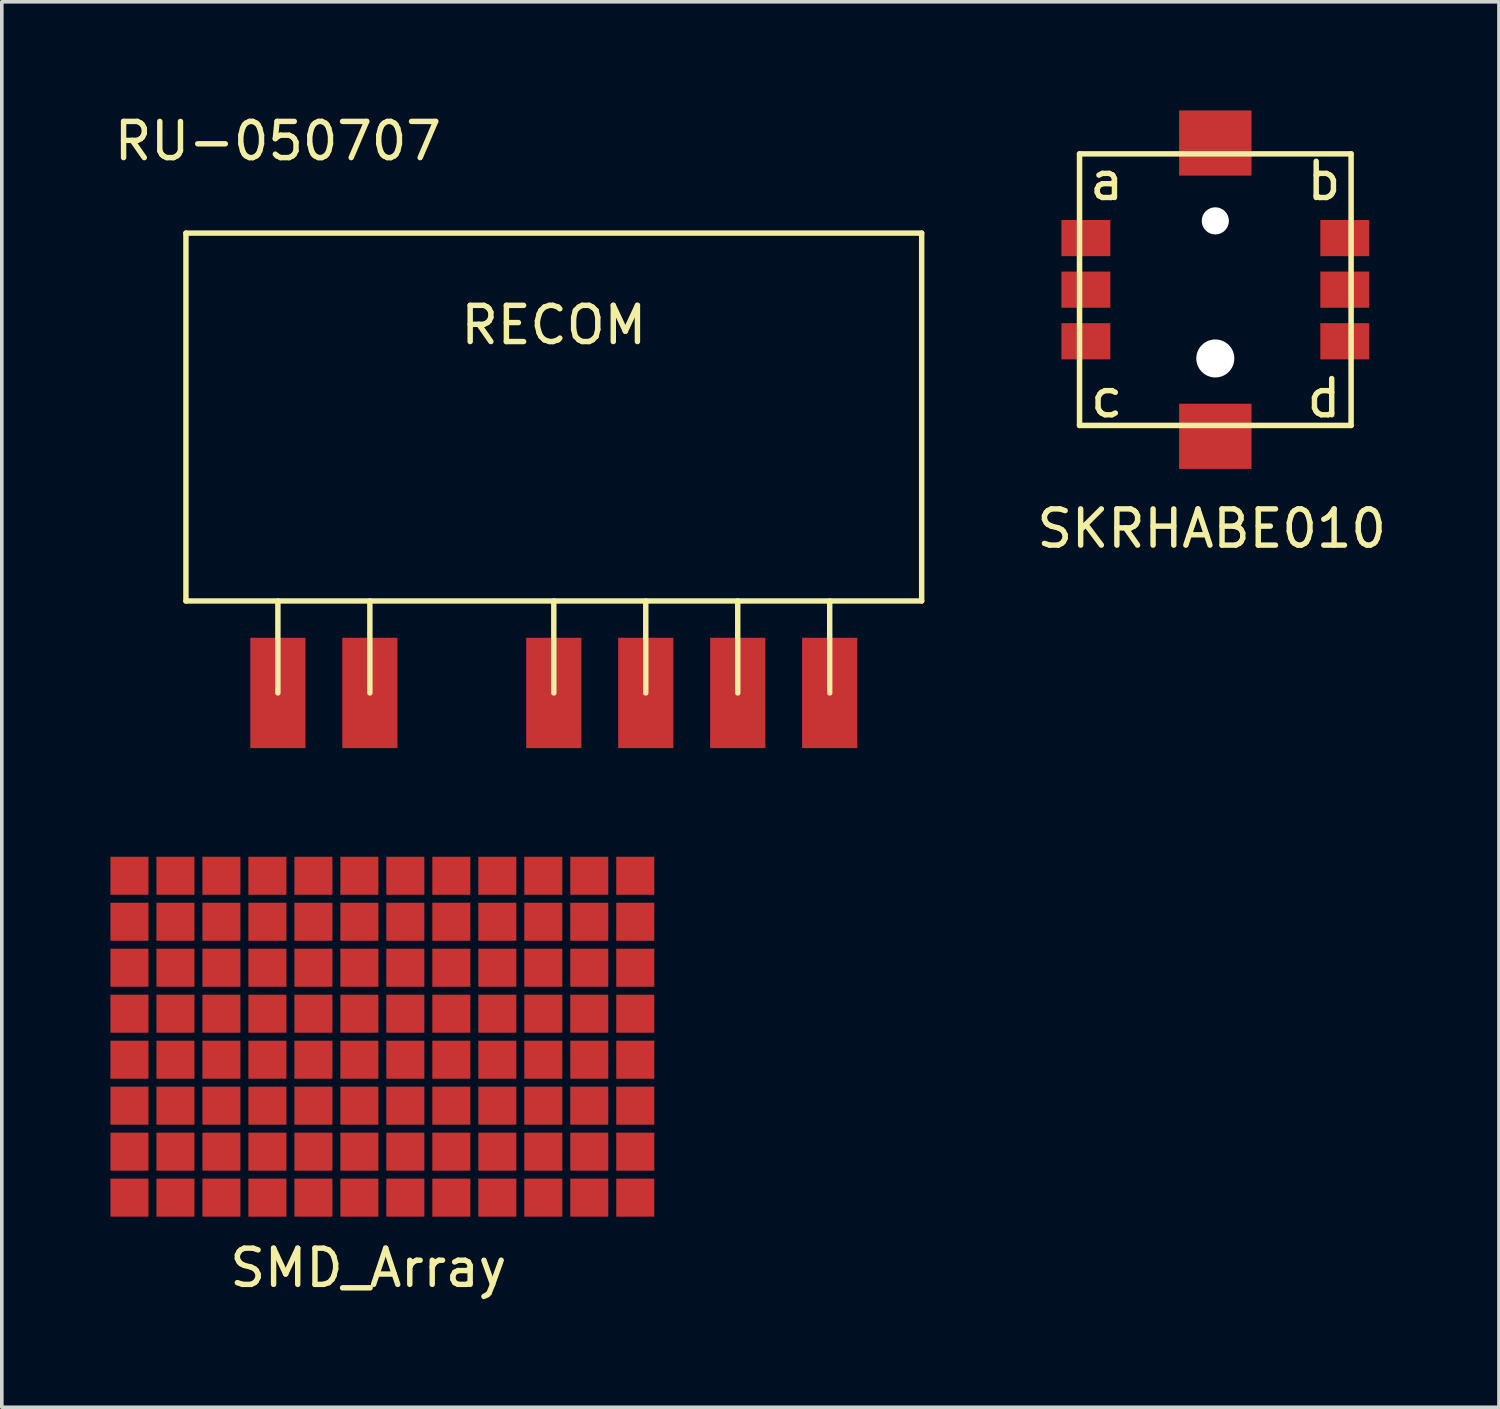
<source format=kicad_pcb>
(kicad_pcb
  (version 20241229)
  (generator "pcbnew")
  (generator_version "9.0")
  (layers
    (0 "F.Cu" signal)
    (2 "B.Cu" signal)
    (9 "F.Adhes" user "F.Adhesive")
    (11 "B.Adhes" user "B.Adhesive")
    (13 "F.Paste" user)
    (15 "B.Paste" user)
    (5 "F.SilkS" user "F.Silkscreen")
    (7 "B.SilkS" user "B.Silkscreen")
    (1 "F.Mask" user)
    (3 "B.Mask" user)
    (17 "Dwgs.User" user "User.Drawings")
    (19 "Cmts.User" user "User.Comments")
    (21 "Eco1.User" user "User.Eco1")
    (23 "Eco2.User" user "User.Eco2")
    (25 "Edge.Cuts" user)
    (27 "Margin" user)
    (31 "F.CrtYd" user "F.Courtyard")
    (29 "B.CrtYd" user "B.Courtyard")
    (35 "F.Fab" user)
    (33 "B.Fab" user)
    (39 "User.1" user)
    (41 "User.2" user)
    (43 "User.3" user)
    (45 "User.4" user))
  (footprint "RU-050707"
    (layer "F.Cu")
    (at 12.245 16.088)
    (property "Reference" "RU-050707" (at -7.62 -15.24 0) (layer "F.SilkS") (effects (font (size 1 1) (thickness 0.15))))
    (attr through_hole)
    (fp_line (start -10.16 -12.7) (end -10.16 -2.54) (stroke (width 0.15) (type solid)) (layer "F.SilkS"))
    (fp_line (start -10.16 -2.54) (end 10.16 -2.54) (stroke (width 0.15) (type solid)) (layer "F.SilkS"))
    (fp_line (start -7.62 -2.54) (end -7.62 0) (stroke (width 0.15) (type solid)) (layer "F.SilkS"))
    (fp_line (start -5.08 -2.54) (end -5.08 0) (stroke (width 0.15) (type solid)) (layer "F.SilkS"))
    (fp_line (start 0 -2.54) (end 0 0) (stroke (width 0.15) (type solid)) (layer "F.SilkS"))
    (fp_line (start 2.54 -2.54) (end 2.54 0) (stroke (width 0.15) (type solid)) (layer "F.SilkS"))
    (fp_line (start 5.08 -2.54) (end 5.08 0) (stroke (width 0.15) (type solid)) (layer "F.SilkS"))
    (fp_line (start 7.62 -2.54) (end 7.62 0) (stroke (width 0.15) (type solid)) (layer "F.SilkS"))
    (fp_line (start 10.16 -12.7) (end -10.16 -12.7) (stroke (width 0.15) (type solid)) (layer "F.SilkS"))
    (fp_line (start 10.16 -2.54) (end 10.16 -12.7) (stroke (width 0.15) (type solid)) (layer "F.SilkS"))
    (fp_text user "RECOM" (at 0 -10.16 0) (layer "F.SilkS") (effects (font (size 1 1) (thickness 0.15))))
    (pad "1" smd rect (at -7.62 0) (size 1.524 3.048) (layers "F.Cu" "F.Mask" "F.Paste"))
    (pad "2" smd rect (at -5.08 0) (size 1.524 3.048) (layers "F.Cu" "F.Mask" "F.Paste"))
    (pad "4" smd rect (at 0 0) (size 1.524 3.048) (layers "F.Cu" "F.Mask" "F.Paste"))
    (pad "5" smd rect (at 2.54 0) (size 1.524 3.048) (layers "F.Cu" "F.Mask" "F.Paste"))
    (pad "6" smd rect (at 5.08 0) (size 1.524 3.048) (layers "F.Cu" "F.Mask" "F.Paste"))
    (pad "7" smd rect (at 7.62 0) (size 1.524 3.048) (layers "F.Cu" "F.Mask" "F.Paste")))
  (footprint "SKRHABE010"
    (layer "F.Cu")
    (at 30.515 4.95)
    (property "Reference" "SKRHABE010" (at -0.1 6.6 0) (layer "F.SilkS") (effects (font (size 1 1) (thickness 0.15))))
    (attr through_hole)
    (fp_line (start -3.75 -3.75) (end 3.75 -3.75) (stroke (width 0.152) (type solid)) (layer "F.SilkS"))
    (fp_line (start -3.75 3.75) (end -3.75 -3.75) (stroke (width 0.152) (type solid)) (layer "F.SilkS"))
    (fp_line (start 3.75 -3.75) (end 3.75 3.75) (stroke (width 0.152) (type solid)) (layer "F.SilkS"))
    (fp_line (start 3.75 3.75) (end -3.75 3.75) (stroke (width 0.152) (type solid)) (layer "F.SilkS"))
    (fp_text user "b" (at 3 -3 0) (layer "F.SilkS") (effects (font (size 1 1) (thickness 0.15))))
    (fp_text user "c" (at -3 3 0) (layer "F.SilkS") (effects (font (size 1 1) (thickness 0.15))))
    (fp_text user "d" (at 3 3 0) (layer "F.SilkS") (effects (font (size 1 1) (thickness 0.15))))
    (fp_text user "a" (at -3 -3 0) (layer "F.SilkS") (effects (font (size 1 1) (thickness 0.15))))
    (pad "" smd rect (at 0 -4.05) (size 2 1.8) (layers "F.Cu" "F.Mask" "F.Paste"))
    (pad "" np_thru_hole circle (at 0 -1.9) (size 0.75 0.75) (drill 0.75) (layers "*.Cu" "*.Mask"))
    (pad "" np_thru_hole circle (at 0 1.9) (size 1.05 1.05) (drill 1.05) (layers "*.Cu" "*.Mask"))
    (pad "" smd rect (at 0 4.05) (size 2 1.8) (layers "F.Cu" "F.Mask" "F.Paste"))
    (pad "1" smd rect (at -3.575 -1.425) (size 1.35 1) (layers "F.Cu" "F.Mask" "F.Paste"))
    (pad "2" smd rect (at -3.575 0) (size 1.35 1) (layers "F.Cu" "F.Mask" "F.Paste"))
    (pad "3" smd rect (at -3.575 1.425) (size 1.35 1) (layers "F.Cu" "F.Mask" "F.Paste"))
    (pad "4" smd rect (at 3.575 -1.425) (size 1.35 1) (layers "F.Cu" "F.Mask" "F.Paste"))
    (pad "5" smd rect (at 3.575 0) (size 1.35 1) (layers "F.Cu" "F.Mask" "F.Paste"))
    (pad "6" smd rect (at 3.575 1.425) (size 1.35 1) (layers "F.Cu" "F.Mask" "F.Paste")))
  (footprint "SMD_Array"
    (layer "F.Cu")
    (at 6.875 26.217)
    (property "Reference" "SMD_Array" (at 0.25 5.75 0) (layer "F.SilkS") (effects (font (size 1 1) (thickness 0.15))))
    (attr through_hole)
    (pad "1" smd rect (at -6.35 -5.08) (size 1.05 1.05) (layers "F.Cu" "F.Mask" "F.Paste"))
    (pad "2" smd rect (at -5.08 -5.08) (size 1.05 1.05) (layers "F.Cu" "F.Mask" "F.Paste"))
    (pad "3" smd rect (at -3.81 -5.08) (size 1.05 1.05) (layers "F.Cu" "F.Mask" "F.Paste"))
    (pad "4" smd rect (at -2.54 -5.08) (size 1.05 1.05) (layers "F.Cu" "F.Mask" "F.Paste"))
    (pad "5" smd rect (at -1.27 -5.08) (size 1.05 1.05) (layers "F.Cu" "F.Mask" "F.Paste"))
    (pad "6" smd rect (at 0 -5.08) (size 1.05 1.05) (layers "F.Cu" "F.Mask" "F.Paste"))
    (pad "7" smd rect (at 1.27 -5.08) (size 1.05 1.05) (layers "F.Cu" "F.Mask" "F.Paste"))
    (pad "8" smd rect (at 2.54 -5.08) (size 1.05 1.05) (layers "F.Cu" "F.Mask" "F.Paste"))
    (pad "9" smd rect (at 3.81 -5.08) (size 1.05 1.05) (layers "F.Cu" "F.Mask" "F.Paste"))
    (pad "10" smd rect (at 5.08 -5.08) (size 1.05 1.05) (layers "F.Cu" "F.Mask" "F.Paste"))
    (pad "11" smd rect (at 6.35 -5.08) (size 1.05 1.05) (layers "F.Cu" "F.Mask" "F.Paste"))
    (pad "12" smd rect (at 7.62 -5.08) (size 1.05 1.05) (layers "F.Cu" "F.Mask" "F.Paste"))
    (pad "13" smd rect (at -6.35 -3.81) (size 1.05 1.05) (layers "F.Cu" "F.Mask" "F.Paste"))
    (pad "14" smd rect (at -5.08 -3.81) (size 1.05 1.05) (layers "F.Cu" "F.Mask" "F.Paste"))
    (pad "15" smd rect (at -3.81 -3.81) (size 1.05 1.05) (layers "F.Cu" "F.Mask" "F.Paste"))
    (pad "16" smd rect (at -2.54 -3.81) (size 1.05 1.05) (layers "F.Cu" "F.Mask" "F.Paste"))
    (pad "17" smd rect (at -1.27 -3.81) (size 1.05 1.05) (layers "F.Cu" "F.Mask" "F.Paste"))
    (pad "18" smd rect (at 0 -3.81) (size 1.05 1.05) (layers "F.Cu" "F.Mask" "F.Paste"))
    (pad "19" smd rect (at 1.27 -3.81) (size 1.05 1.05) (layers "F.Cu" "F.Mask" "F.Paste"))
    (pad "20" smd rect (at 2.54 -3.81) (size 1.05 1.05) (layers "F.Cu" "F.Mask" "F.Paste"))
    (pad "21" smd rect (at 3.81 -3.81) (size 1.05 1.05) (layers "F.Cu" "F.Mask" "F.Paste"))
    (pad "22" smd rect (at 5.08 -3.81) (size 1.05 1.05) (layers "F.Cu" "F.Mask" "F.Paste"))
    (pad "23" smd rect (at 6.35 -3.81) (size 1.05 1.05) (layers "F.Cu" "F.Mask" "F.Paste"))
    (pad "24" smd rect (at 7.62 -3.81) (size 1.05 1.05) (layers "F.Cu" "F.Mask" "F.Paste"))
    (pad "25" smd rect (at -6.35 -2.54) (size 1.05 1.05) (layers "F.Cu" "F.Mask" "F.Paste"))
    (pad "26" smd rect (at -5.08 -2.54) (size 1.05 1.05) (layers "F.Cu" "F.Mask" "F.Paste"))
    (pad "27" smd rect (at -3.81 -2.54) (size 1.05 1.05) (layers "F.Cu" "F.Mask" "F.Paste"))
    (pad "28" smd rect (at -2.54 -2.54) (size 1.05 1.05) (layers "F.Cu" "F.Mask" "F.Paste"))
    (pad "29" smd rect (at -1.27 -2.54) (size 1.05 1.05) (layers "F.Cu" "F.Mask" "F.Paste"))
    (pad "30" smd rect (at 0 -2.54) (size 1.05 1.05) (layers "F.Cu" "F.Mask" "F.Paste"))
    (pad "31" smd rect (at 1.27 -2.54) (size 1.05 1.05) (layers "F.Cu" "F.Mask" "F.Paste"))
    (pad "32" smd rect (at 2.54 -2.54) (size 1.05 1.05) (layers "F.Cu" "F.Mask" "F.Paste"))
    (pad "33" smd rect (at 3.81 -2.54) (size 1.05 1.05) (layers "F.Cu" "F.Mask" "F.Paste"))
    (pad "34" smd rect (at 5.08 -2.54) (size 1.05 1.05) (layers "F.Cu" "F.Mask" "F.Paste"))
    (pad "35" smd rect (at 6.35 -2.54) (size 1.05 1.05) (layers "F.Cu" "F.Mask" "F.Paste"))
    (pad "36" smd rect (at 7.62 -2.54) (size 1.05 1.05) (layers "F.Cu" "F.Mask" "F.Paste"))
    (pad "37" smd rect (at -6.35 -1.27) (size 1.05 1.05) (layers "F.Cu" "F.Mask" "F.Paste"))
    (pad "38" smd rect (at -5.08 -1.27) (size 1.05 1.05) (layers "F.Cu" "F.Mask" "F.Paste"))
    (pad "39" smd rect (at -3.81 -1.27) (size 1.05 1.05) (layers "F.Cu" "F.Mask" "F.Paste"))
    (pad "40" smd rect (at -2.54 -1.27) (size 1.05 1.05) (layers "F.Cu" "F.Mask" "F.Paste"))
    (pad "41" smd rect (at -1.27 -1.27) (size 1.05 1.05) (layers "F.Cu" "F.Mask" "F.Paste"))
    (pad "42" smd rect (at 0 -1.27) (size 1.05 1.05) (layers "F.Cu" "F.Mask" "F.Paste"))
    (pad "43" smd rect (at 1.27 -1.27) (size 1.05 1.05) (layers "F.Cu" "F.Mask" "F.Paste"))
    (pad "44" smd rect (at 2.54 -1.27) (size 1.05 1.05) (layers "F.Cu" "F.Mask" "F.Paste"))
    (pad "45" smd rect (at 3.81 -1.27) (size 1.05 1.05) (layers "F.Cu" "F.Mask" "F.Paste"))
    (pad "46" smd rect (at 5.08 -1.27) (size 1.05 1.05) (layers "F.Cu" "F.Mask" "F.Paste"))
    (pad "47" smd rect (at 6.35 -1.27) (size 1.05 1.05) (layers "F.Cu" "F.Mask" "F.Paste"))
    (pad "48" smd rect (at 7.62 -1.27) (size 1.05 1.05) (layers "F.Cu" "F.Mask" "F.Paste"))
    (pad "49" smd rect (at -6.35 0) (size 1.05 1.05) (layers "F.Cu" "F.Mask" "F.Paste"))
    (pad "50" smd rect (at -5.08 0) (size 1.05 1.05) (layers "F.Cu" "F.Mask" "F.Paste"))
    (pad "51" smd rect (at -3.81 0) (size 1.05 1.05) (layers "F.Cu" "F.Mask" "F.Paste"))
    (pad "52" smd rect (at -2.54 0) (size 1.05 1.05) (layers "F.Cu" "F.Mask" "F.Paste"))
    (pad "53" smd rect (at -1.27 0) (size 1.05 1.05) (layers "F.Cu" "F.Mask" "F.Paste"))
    (pad "54" smd rect (at 0 0) (size 1.05 1.05) (layers "F.Cu" "F.Mask" "F.Paste"))
    (pad "55" smd rect (at 1.27 0) (size 1.05 1.05) (layers "F.Cu" "F.Mask" "F.Paste"))
    (pad "56" smd rect (at 2.54 0) (size 1.05 1.05) (layers "F.Cu" "F.Mask" "F.Paste"))
    (pad "57" smd rect (at 3.81 0) (size 1.05 1.05) (layers "F.Cu" "F.Mask" "F.Paste"))
    (pad "58" smd rect (at 5.08 0) (size 1.05 1.05) (layers "F.Cu" "F.Mask" "F.Paste"))
    (pad "59" smd rect (at 6.35 0) (size 1.05 1.05) (layers "F.Cu" "F.Mask" "F.Paste"))
    (pad "60" smd rect (at 7.62 0) (size 1.05 1.05) (layers "F.Cu" "F.Mask" "F.Paste"))
    (pad "61" smd rect (at -6.35 1.27) (size 1.05 1.05) (layers "F.Cu" "F.Mask" "F.Paste"))
    (pad "62" smd rect (at -5.08 1.27) (size 1.05 1.05) (layers "F.Cu" "F.Mask" "F.Paste"))
    (pad "63" smd rect (at -3.81 1.27) (size 1.05 1.05) (layers "F.Cu" "F.Mask" "F.Paste"))
    (pad "64" smd rect (at -2.54 1.27) (size 1.05 1.05) (layers "F.Cu" "F.Mask" "F.Paste"))
    (pad "65" smd rect (at -1.27 1.27) (size 1.05 1.05) (layers "F.Cu" "F.Mask" "F.Paste"))
    (pad "66" smd rect (at 0 1.27) (size 1.05 1.05) (layers "F.Cu" "F.Mask" "F.Paste"))
    (pad "67" smd rect (at 1.27 1.27) (size 1.05 1.05) (layers "F.Cu" "F.Mask" "F.Paste"))
    (pad "68" smd rect (at 2.54 1.27) (size 1.05 1.05) (layers "F.Cu" "F.Mask" "F.Paste"))
    (pad "69" smd rect (at 3.81 1.27) (size 1.05 1.05) (layers "F.Cu" "F.Mask" "F.Paste"))
    (pad "70" smd rect (at 5.08 1.27) (size 1.05 1.05) (layers "F.Cu" "F.Mask" "F.Paste"))
    (pad "71" smd rect (at 6.35 1.27) (size 1.05 1.05) (layers "F.Cu" "F.Mask" "F.Paste"))
    (pad "72" smd rect (at 7.62 1.27) (size 1.05 1.05) (layers "F.Cu" "F.Mask" "F.Paste"))
    (pad "73" smd rect (at -6.35 2.54) (size 1.05 1.05) (layers "F.Cu" "F.Mask" "F.Paste"))
    (pad "74" smd rect (at -5.08 2.54) (size 1.05 1.05) (layers "F.Cu" "F.Mask" "F.Paste"))
    (pad "75" smd rect (at -3.81 2.54) (size 1.05 1.05) (layers "F.Cu" "F.Mask" "F.Paste"))
    (pad "76" smd rect (at -2.54 2.54) (size 1.05 1.05) (layers "F.Cu" "F.Mask" "F.Paste"))
    (pad "77" smd rect (at -1.27 2.54) (size 1.05 1.05) (layers "F.Cu" "F.Mask" "F.Paste"))
    (pad "78" smd rect (at 0 2.54) (size 1.05 1.05) (layers "F.Cu" "F.Mask" "F.Paste"))
    (pad "79" smd rect (at 1.27 2.54) (size 1.05 1.05) (layers "F.Cu" "F.Mask" "F.Paste"))
    (pad "80" smd rect (at 2.54 2.54) (size 1.05 1.05) (layers "F.Cu" "F.Mask" "F.Paste"))
    (pad "81" smd rect (at 3.81 2.54) (size 1.05 1.05) (layers "F.Cu" "F.Mask" "F.Paste"))
    (pad "82" smd rect (at 5.08 2.54) (size 1.05 1.05) (layers "F.Cu" "F.Mask" "F.Paste"))
    (pad "83" smd rect (at 6.35 2.54) (size 1.05 1.05) (layers "F.Cu" "F.Mask" "F.Paste"))
    (pad "84" smd rect (at 7.62 2.54) (size 1.05 1.05) (layers "F.Cu" "F.Mask" "F.Paste"))
    (pad "85" smd rect (at -6.35 3.81) (size 1.05 1.05) (layers "F.Cu" "F.Mask" "F.Paste"))
    (pad "86" smd rect (at -5.08 3.81) (size 1.05 1.05) (layers "F.Cu" "F.Mask" "F.Paste"))
    (pad "87" smd rect (at -3.81 3.81) (size 1.05 1.05) (layers "F.Cu" "F.Mask" "F.Paste"))
    (pad "88" smd rect (at -2.54 3.81) (size 1.05 1.05) (layers "F.Cu" "F.Mask" "F.Paste"))
    (pad "89" smd rect (at -1.27 3.81) (size 1.05 1.05) (layers "F.Cu" "F.Mask" "F.Paste"))
    (pad "90" smd rect (at 0 3.81) (size 1.05 1.05) (layers "F.Cu" "F.Mask" "F.Paste"))
    (pad "91" smd rect (at 1.27 3.81) (size 1.05 1.05) (layers "F.Cu" "F.Mask" "F.Paste"))
    (pad "92" smd rect (at 2.54 3.81) (size 1.05 1.05) (layers "F.Cu" "F.Mask" "F.Paste"))
    (pad "93" smd rect (at 3.81 3.81) (size 1.05 1.05) (layers "F.Cu" "F.Mask" "F.Paste"))
    (pad "94" smd rect (at 5.08 3.81) (size 1.05 1.05) (layers "F.Cu" "F.Mask" "F.Paste"))
    (pad "95" smd rect (at 6.35 3.81) (size 1.05 1.05) (layers "F.Cu" "F.Mask" "F.Paste"))
    (pad "96" smd rect (at 7.62 3.81) (size 1.05 1.05) (layers "F.Cu" "F.Mask" "F.Paste")))
  (gr_rect
    (start -3 -3)
    (end 38.349 35.816)
    (stroke (width 0.1) (type default))
    (fill no)
    (layer "Edge.Cuts")))
</source>
